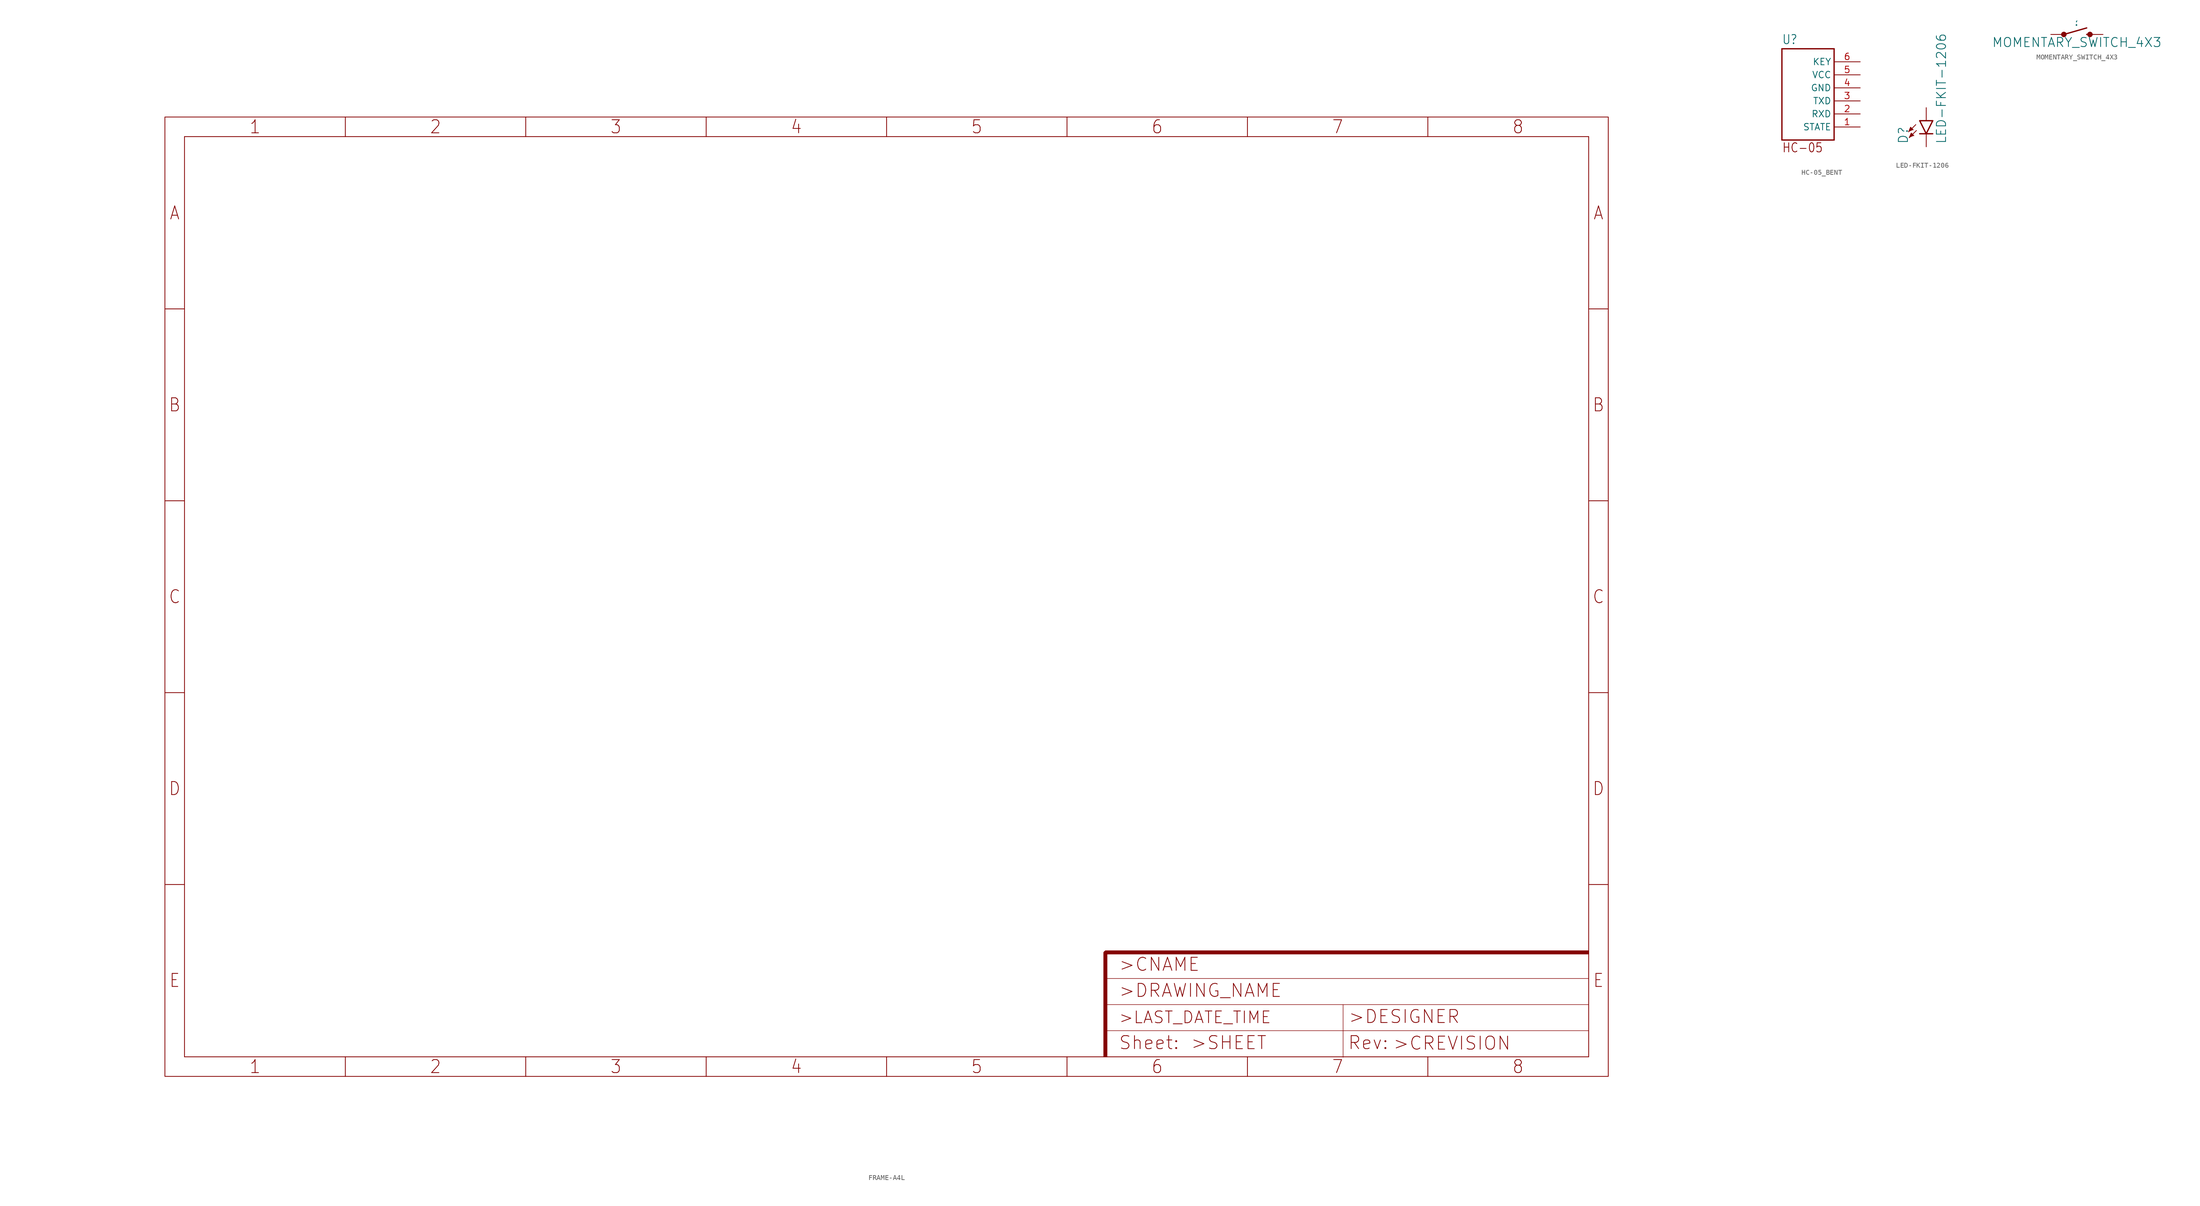
<source format=kicad_sym>
(kicad_symbol_lib
  (version 20211014)
  (generator kicad_symbol_editor)
  (symbol "FRAME-A4L"
    (property "Reference" "#FRAME"
      (at 0 0 0)
      (effects (font (size 1.27 1.27)) hide))
    (property "ki_locked" ""
      (at 0 0 0)
      (effects (font (size 1.27 1.27))))
    (symbol "FRAME-A4L_0_0"
      (polyline (pts (xy -3.81 33.528) (xy 0 33.528)) (stroke (width 0) (type default) (color 0 0 0 0)) (fill (type none)))
      (polyline (pts (xy -3.81 70.866) (xy 0 70.866)) (stroke (width 0) (type default) (color 0 0 0 0)) (fill (type none)))
      (polyline (pts (xy -3.81 108.204) (xy 0 108.204)) (stroke (width 0) (type default) (color 0 0 0 0)) (fill (type none)))
      (polyline (pts (xy -3.81 145.542) (xy 0 145.542)) (stroke (width 0) (type default) (color 0 0 0 0)) (fill (type none)))
      (polyline (pts (xy 0 0) (xy 0 179.07)) (stroke (width 0) (type default) (color 0 0 0 0)) (fill (type none)))
      (polyline (pts (xy 31.274 -3.81) (xy 31.274 0)) (stroke (width 0) (type default) (color 0 0 0 0)) (fill (type none)))
      (polyline (pts (xy 31.274 179.07) (xy 31.274 182.88)) (stroke (width 0) (type default) (color 0 0 0 0)) (fill (type none)))
      (polyline (pts (xy 66.358 -3.81) (xy 66.358 0)) (stroke (width 0) (type default) (color 0 0 0 0)) (fill (type none)))
      (polyline (pts (xy 66.358 179.07) (xy 66.358 182.88)) (stroke (width 0) (type default) (color 0 0 0 0)) (fill (type none)))
      (polyline (pts (xy 101.441 -3.81) (xy 101.441 0)) (stroke (width 0) (type default) (color 0 0 0 0)) (fill (type none)))
      (polyline (pts (xy 101.441 179.07) (xy 101.441 182.88)) (stroke (width 0) (type default) (color 0 0 0 0)) (fill (type none)))
      (polyline (pts (xy 136.525 -3.81) (xy 136.525 0)) (stroke (width 0) (type default) (color 0 0 0 0)) (fill (type none)))
      (polyline (pts (xy 136.525 179.07) (xy 136.525 182.88)) (stroke (width 0) (type default) (color 0 0 0 0)) (fill (type none)))
      (polyline (pts (xy 171.609 -3.81) (xy 171.609 0)) (stroke (width 0) (type default) (color 0 0 0 0)) (fill (type none)))
      (polyline (pts (xy 171.609 179.07) (xy 171.609 182.88)) (stroke (width 0) (type default) (color 0 0 0 0)) (fill (type none)))
      (polyline (pts (xy 206.692 -3.81) (xy 206.692 0)) (stroke (width 0) (type default) (color 0 0 0 0)) (fill (type none)))
      (polyline (pts (xy 206.692 179.07) (xy 206.692 182.88)) (stroke (width 0) (type default) (color 0 0 0 0)) (fill (type none)))
      (polyline (pts (xy 241.776 -3.81) (xy 241.776 0)) (stroke (width 0) (type default) (color 0 0 0 0)) (fill (type none)))
      (polyline (pts (xy 241.776 179.07) (xy 241.776 182.88)) (stroke (width 0) (type default) (color 0 0 0 0)) (fill (type none)))
      (polyline (pts (xy 273.05 0) (xy 0 0)) (stroke (width 0) (type default) (color 0 0 0 0)) (fill (type none)))
      (polyline (pts (xy 273.05 0) (xy 273.05 179.07)) (stroke (width 0) (type default) (color 0 0 0 0)) (fill (type none)))
      (polyline (pts (xy 273.05 33.528) (xy 276.86 33.528)) (stroke (width 0) (type default) (color 0 0 0 0)) (fill (type none)))
      (polyline (pts (xy 273.05 70.866) (xy 276.86 70.866)) (stroke (width 0) (type default) (color 0 0 0 0)) (fill (type none)))
      (polyline (pts (xy 273.05 108.204) (xy 276.86 108.204)) (stroke (width 0) (type default) (color 0 0 0 0)) (fill (type none)))
      (polyline (pts (xy 273.05 145.542) (xy 276.86 145.542)) (stroke (width 0) (type default) (color 0 0 0 0)) (fill (type none)))
      (polyline (pts (xy 273.05 179.07) (xy 0 179.07)) (stroke (width 0) (type default) (color 0 0 0 0)) (fill (type none)))
      (polyline (pts (xy -3.81 -3.81) (xy 276.86 -3.81) (xy 276.86 182.88) (xy -3.81 182.88) (xy -3.81 -3.81)) (stroke (width 0) (type default) (color 0 0 0 0)) (fill (type none)))
      (text "1" (at 13.732 -1.905 0) (effects (font (size 2.54 2.286))))
      (text "1" (at 13.732 180.975 0) (effects (font (size 2.54 2.286))))
      (text "2" (at 48.816 -1.905 0) (effects (font (size 2.54 2.286))))
      (text "2" (at 48.816 180.975 0) (effects (font (size 2.54 2.286))))
      (text "3" (at 83.899 -1.905 0) (effects (font (size 2.54 2.286))))
      (text "3" (at 83.899 180.975 0) (effects (font (size 2.54 2.286))))
      (text "4" (at 118.983 -1.905 0) (effects (font (size 2.54 2.286))))
      (text "4" (at 118.983 180.975 0) (effects (font (size 2.54 2.286))))
      (text "5" (at 154.067 -1.905 0) (effects (font (size 2.54 2.286))))
      (text "5" (at 154.067 180.975 0) (effects (font (size 2.54 2.286))))
      (text "6" (at 189.151 -1.905 0) (effects (font (size 2.54 2.286))))
      (text "6" (at 189.151 180.975 0) (effects (font (size 2.54 2.286))))
      (text "7" (at 224.234 -1.905 0) (effects (font (size 2.54 2.286))))
      (text "7" (at 224.234 180.975 0) (effects (font (size 2.54 2.286))))
      (text "8" (at 259.318 -1.905 0) (effects (font (size 2.54 2.286))))
      (text "8" (at 259.318 180.975 0) (effects (font (size 2.54 2.286))))
      (text "A" (at -1.905 164.211 0) (effects (font (size 2.54 2.286))))
      (text "A" (at 274.955 164.211 0) (effects (font (size 2.54 2.286))))
      (text "B" (at -1.905 126.873 0) (effects (font (size 2.54 2.286))))
      (text "B" (at 274.955 126.873 0) (effects (font (size 2.54 2.286))))
      (text "C" (at -1.905 89.535 0) (effects (font (size 2.54 2.286))))
      (text "C" (at 274.955 89.535 0) (effects (font (size 2.54 2.286))))
      (text "D" (at -1.905 52.197 0) (effects (font (size 2.54 2.286))))
      (text "D" (at 274.955 52.197 0) (effects (font (size 2.54 2.286))))
      (text "E" (at -1.905 14.859 0) (effects (font (size 2.54 2.286))))
      (text "E" (at 274.955 14.859 0) (effects (font (size 2.54 2.286)))))
    (symbol "FRAME-A4L_1_0"
      (polyline (pts (xy 179.07 10.16) (xy 225.29 10.16)) (stroke (width 0.102) (type default) (color 0 0 0 0)) (fill (type none)))
      (polyline (pts (xy 179.07 15.24) (xy 273.05 15.24)) (stroke (width 0.102) (type default) (color 0 0 0 0)) (fill (type none)))
      (polyline (pts (xy 179.07 19.05) (xy 179.07 20.32)) (stroke (width 0.61) (type default) (color 0 0 0 0)) (fill (type none)))
      (polyline (pts (xy 179.07 20.32) (xy 180.34 20.32)) (stroke (width 0.61) (type default) (color 0 0 0 0)) (fill (type none)))
      (polyline (pts (xy 225.29 -0.1) (xy 225.29 5.08)) (stroke (width 0.102) (type default) (color 0 0 0 0)) (fill (type none)))
      (polyline (pts (xy 225.29 5.08) (xy 179.07 5.08)) (stroke (width 0.102) (type default) (color 0 0 0 0)) (fill (type none)))
      (polyline (pts (xy 225.29 5.08) (xy 225.29 10.16)) (stroke (width 0.102) (type default) (color 0 0 0 0)) (fill (type none)))
      (polyline (pts (xy 225.29 5.08) (xy 273.05 5.08)) (stroke (width 0.102) (type default) (color 0 0 0 0)) (fill (type none)))
      (polyline (pts (xy 225.29 10.16) (xy 273.05 10.16)) (stroke (width 0.102) (type default) (color 0 0 0 0)) (fill (type none)))
      (rectangle (start 178.765 0) (end 179.375 20.32) (stroke (width 0) (type default) (color 0 0 0 0)) (fill (type outline)))
      (rectangle (start 179.07 20.625) (end 273.05 20.015) (stroke (width 0) (type default) (color 0 0 0 0)) (fill (type outline)))
      (text ">CNAME" (at 181.61 16.51 0) (effects (font (size 2.54 2.54)) (justify left bottom)))
      (text ">CREVISION" (at 234.92 1.17 0) (effects (font (size 2.54 2.54)) (justify left bottom)))
      (text ">DESIGNER" (at 226.26 6.35 0) (effects (font (size 2.54 2.54)) (justify left bottom)))
      (text ">DRAWING_NAME" (at 181.61 11.43 0) (effects (font (size 2.54 2.54)) (justify left bottom)))
      (text ">LAST_DATE_TIME" (at 181.61 6.35 0) (effects (font (size 2.286 2.286)) (justify left bottom)))
      (text ">SHEET" (at 195.58 1.27 0) (effects (font (size 2.54 2.54)) (justify left bottom)))
      (text "Rev:" (at 226.16 1.27 0) (effects (font (size 2.54 2.54)) (justify left bottom)))
      (text "Sheet:" (at 181.61 1.27 0) (effects (font (size 2.54 2.54)) (justify left bottom)))))
  (symbol "HC-05_BENT"
    (property "Reference" "U"
      (at -7.62 8.382 0)
      (effects (font (size 1.778 1.511)) (justify left bottom)))
    (property "ki_locked" ""
      (at 0 0 0)
      (effects (font (size 1.27 1.27))))
    (symbol "HC-05_BENT_1_0"
      (polyline (pts (xy -7.62 -10.16) (xy -7.62 7.62)) (stroke (width 0.254) (type default) (color 0 0 0 0)) (fill (type none)))
      (polyline (pts (xy -7.62 7.62) (xy 2.54 7.62)) (stroke (width 0.254) (type default) (color 0 0 0 0)) (fill (type none)))
      (polyline (pts (xy 2.54 -10.16) (xy -7.62 -10.16)) (stroke (width 0.254) (type default) (color 0 0 0 0)) (fill (type none)))
      (polyline (pts (xy 2.54 7.62) (xy 2.54 -10.16)) (stroke (width 0.254) (type default) (color 0 0 0 0)) (fill (type none)))
      (text "HC-05" (at -7.62 -12.7 0) (effects (font (size 1.778 1.511)) (justify left bottom)))
      (pin bidirectional line (at 7.62 -7.62 180) (length 5.08) (name "STATE" (effects (font (size 1.27 1.27)))) (number "1" (effects (font (size 1.27 1.27)))))
      (pin bidirectional line (at 7.62 -5.08 180) (length 5.08) (name "RXD" (effects (font (size 1.27 1.27)))) (number "2" (effects (font (size 1.27 1.27)))))
      (pin bidirectional line (at 7.62 -2.54 180) (length 5.08) (name "TXD" (effects (font (size 1.27 1.27)))) (number "3" (effects (font (size 1.27 1.27)))))
      (pin power_in line (at 7.62 0 180) (length 5.08) (name "GND" (effects (font (size 1.27 1.27)))) (number "4" (effects (font (size 1.27 1.27)))))
      (pin power_in line (at 7.62 2.54 180) (length 5.08) (name "VCC" (effects (font (size 1.27 1.27)))) (number "5" (effects (font (size 1.27 1.27)))))
      (pin bidirectional line (at 7.62 5.08 180) (length 5.08) (name "KEY" (effects (font (size 1.27 1.27)))) (number "6" (effects (font (size 1.27 1.27)))))))
  (symbol "LED-FKIT-1206"
    (property "Reference" "D"
      (at -3.429 -4.572 90)
      (effects (font (size 1.778 1.778)) (justify left bottom)))
    (property "Value" "LED-FKIT-1206"
      (at 1.905 -4.572 90)
      (effects (font (size 1.778 1.778)) (justify left top)))
    (property "ki_locked" ""
      (at 0 0 0)
      (effects (font (size 1.27 1.27))))
    (symbol "LED-FKIT-1206_1_0"
      (polyline (pts (xy -2.032 -0.762) (xy -3.429 -2.159)) (stroke (width 0.152) (type default) (color 0 0 0 0)) (fill (type none)))
      (polyline (pts (xy -1.905 -1.905) (xy -3.302 -3.302)) (stroke (width 0.152) (type default) (color 0 0 0 0)) (fill (type none)))
      (polyline (pts (xy 0 -2.54) (xy -1.27 -2.54)) (stroke (width 0.254) (type default) (color 0 0 0 0)) (fill (type none)))
      (polyline (pts (xy 0 -2.54) (xy -1.27 0)) (stroke (width 0.254) (type default) (color 0 0 0 0)) (fill (type none)))
      (polyline (pts (xy 1.27 -2.54) (xy 0 -2.54)) (stroke (width 0.254) (type default) (color 0 0 0 0)) (fill (type none)))
      (polyline (pts (xy 1.27 0) (xy -1.27 0)) (stroke (width 0.254) (type default) (color 0 0 0 0)) (fill (type none)))
      (polyline (pts (xy 1.27 0) (xy 0 -2.54)) (stroke (width 0.254) (type default) (color 0 0 0 0)) (fill (type none)))
      (polyline (pts (xy -3.429 -2.159) (xy -3.048 -1.27) (xy -2.54 -1.778)) (stroke (width 0) (type default) (color 0 0 0 0)) (fill (type outline)))
      (polyline (pts (xy -3.302 -3.302) (xy -2.921 -2.413) (xy -2.413 -2.921)) (stroke (width 0) (type default) (color 0 0 0 0)) (fill (type outline)))
      (pin passive line (at 0 2.54 270) (length 2.54) (name "A" (effects (font (size 0 0)))) (number "A" (effects (font (size 0 0)))))
      (pin passive line (at 0 -5.08 90) (length 2.54) (name "C" (effects (font (size 0 0)))) (number "C" (effects (font (size 0 0)))))))
  (symbol "MOMENTARY_SWITCH_4X3"
    (property "Reference" ""
      (at 0 1.524 0)
      (effects (font (size 1.778 1.778)) (justify bottom)))
    (property "Value" "MOMENTARY_SWITCH_4X3"
      (at 0 -0.508 0)
      (effects (font (size 1.778 1.778)) (justify top)))
    (property "ki_locked" ""
      (at 0 0 0)
      (effects (font (size 1.27 1.27))))
    (symbol "MOMENTARY_SWITCH_4X3_1_0"
      (circle (center -2.54 0) (radius 0.127) (stroke (width 0.406) (type default) (color 0 0 0 0)) (fill (type none)))
      (polyline (pts (xy -2.54 0) (xy 1.905 1.27)) (stroke (width 0.254) (type default) (color 0 0 0 0)) (fill (type none)))
      (polyline (pts (xy 1.905 0) (xy 2.54 0)) (stroke (width 0.254) (type default) (color 0 0 0 0)) (fill (type none)))
      (circle (center 2.54 0) (radius 0.127) (stroke (width 0.406) (type default) (color 0 0 0 0)) (fill (type none)))
      (pin passive line (at -5.08 0 0) (length 2.54) (name "1" (effects (font (size 0 0)))) (number "P$1" (effects (font (size 0 0)))))
      (pin passive line (at 5.08 0 180) (length 2.54) (name "2" (effects (font (size 0 0)))) (number "P$2" (effects (font (size 0 0))))))))
</source>
